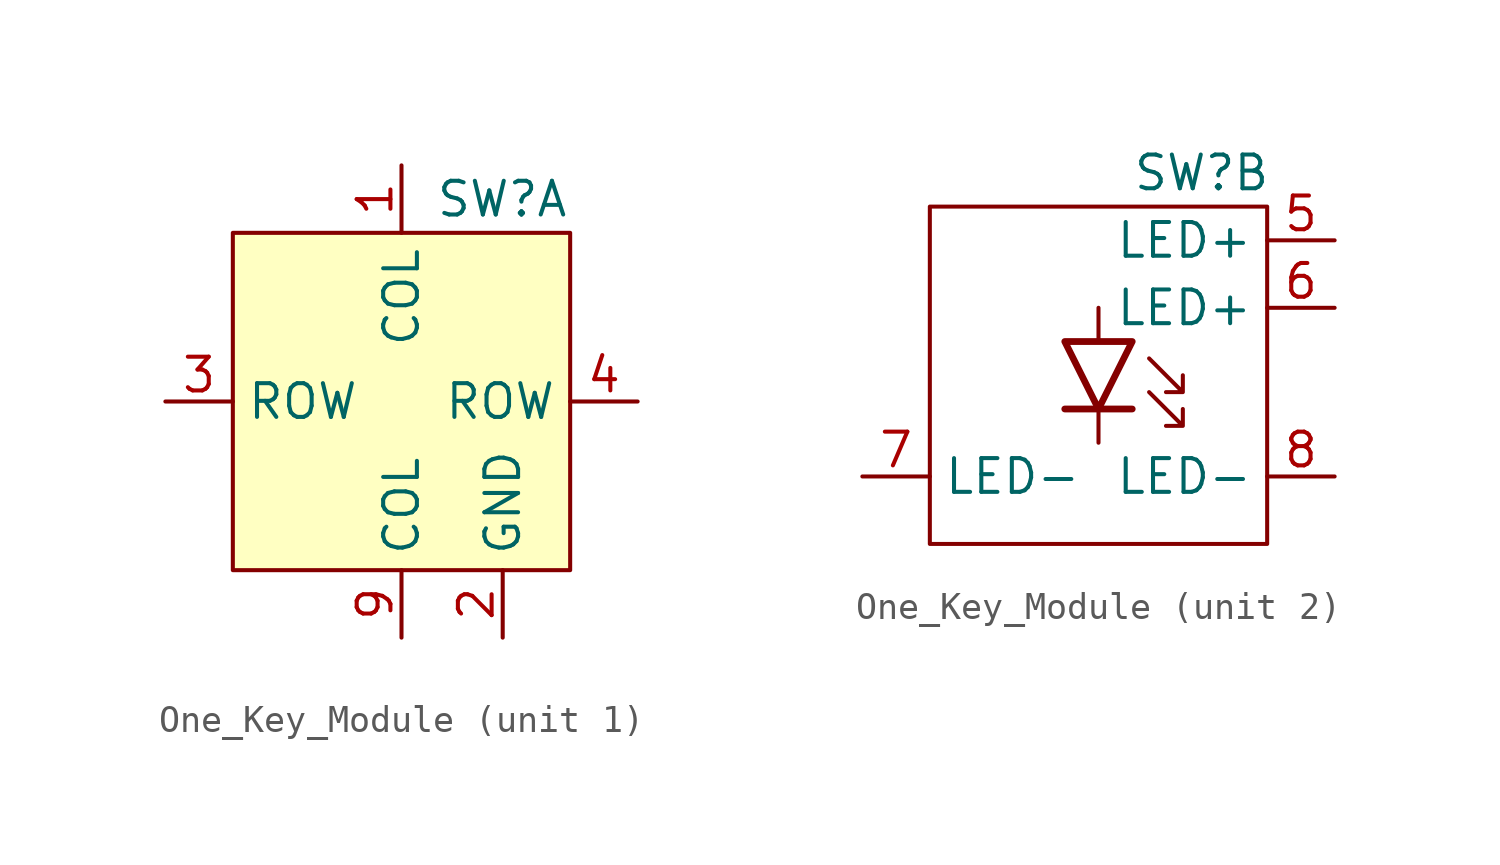
<source format=kicad_sym>
(kicad_symbol_lib
  (version 20241209)
  (generator "kicad_symbol_editor")
  (generator_version "9.0")
  (symbol "One_Key_Module"
    (property "Reference" "SW"
      (at 1.27 7.62 0)
      (do_not_autoplace)
      (effects (font (size 1.27 1.27)) (justify left)))
    (property "ki_locked" ""
      (at 0 0 0)
      (effects (font (size 1.27 1.27))))
    (symbol "One_Key_Module_1_0"
      (pin input line (at -8.89 0 0) (length 2.54) (name "ROW" (effects (font (size 1.27 1.27)))) (number "3" (effects (font (size 1.27 1.27)))))
      (pin input line (at 0 8.89 270) (length 2.54) (name "COL" (effects (font (size 1.27 1.27)))) (number "1" (effects (font (size 1.27 1.27)))))
      (pin output line (at 0 -8.89 90) (length 2.54) (name "COL" (effects (font (size 1.27 1.27)))) (number "9" (effects (font (size 1.27 1.27)))))
      (pin power_in line (at 3.81 -8.89 90) (length 2.54) (hide yes) (name "GND" (effects (font (size 1.27 1.27)))) (number "10" (effects (font (size 1.27 1.27)))))
      (pin power_in line (at 3.81 -8.89 90) (length 2.54) (name "GND" (effects (font (size 1.27 1.27)))) (number "2" (effects (font (size 1.27 1.27)))))
      (pin output line (at 8.89 0 180) (length 2.54) (name "ROW" (effects (font (size 1.27 1.27)))) (number "4" (effects (font (size 1.27 1.27))))))
    (symbol "One_Key_Module_1_1"
      (rectangle (start -6.35 6.35) (end 6.35 -6.35) (stroke (width 0) (type solid)) (fill (type background))))
    (symbol "One_Key_Module_2_0"
      (pin input line (at -8.89 -3.81 0) (length 2.54) (name "LED-" (effects (font (size 1.27 1.27)))) (number "7" (effects (font (size 1.27 1.27)))))
      (pin input line (at 8.89 5.08 180) (length 2.54) (name "LED+" (effects (font (size 1.27 1.27)))) (number "5" (effects (font (size 1.27 1.27)))))
      (pin bidirectional line (at 8.89 2.54 180) (length 2.54) (name "LED+" (effects (font (size 1.27 1.27)))) (number "6" (effects (font (size 1.27 1.27)))))
      (pin output line (at 8.89 -3.81 180) (length 2.54) (name "LED-" (effects (font (size 1.27 1.27)))) (number "8" (effects (font (size 1.27 1.27))))))
    (symbol "One_Key_Module_2_1"
      (rectangle (start -6.35 6.35) (end 6.35 -6.35) (stroke (width 0) (type solid)) (fill (type none)))
      (polyline (pts (xy 0 1.27) (xy 0 2.54)) (stroke (width 0) (type default)) (fill (type none)))
      (polyline (pts (xy 0 -1.27) (xy 0 -2.54)) (stroke (width 0) (type default)) (fill (type none)))
      (polyline (pts (xy 0 -1.27) (xy -1.27 1.27) (xy 1.27 1.27) (xy 0 -1.27)) (stroke (width 0.254) (type default)) (fill (type none)))
      (polyline (pts (xy 1.27 -1.27) (xy -1.27 -1.27)) (stroke (width 0.254) (type default)) (fill (type none)))
      (polyline (pts (xy 1.905 0.635) (xy 3.175 -0.635) (xy 3.175 0) (xy 3.175 -0.635) (xy 2.54 -0.635)) (stroke (width 0) (type default)) (fill (type none)))
      (polyline (pts (xy 1.905 -0.635) (xy 3.175 -1.905) (xy 3.175 -1.27) (xy 3.175 -1.905) (xy 2.54 -1.905)) (stroke (width 0) (type default)) (fill (type none))))))
</source>
